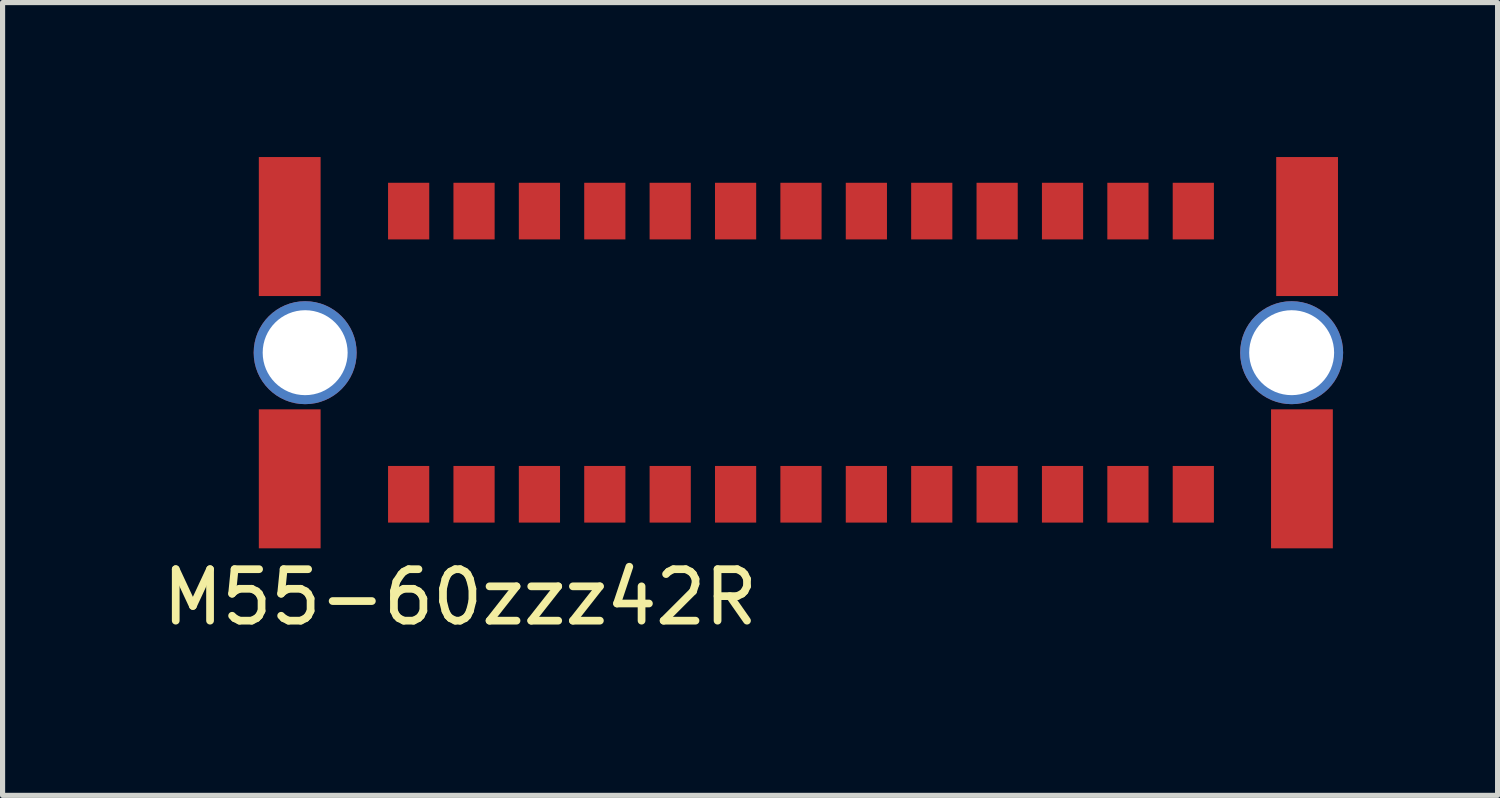
<source format=kicad_pcb>
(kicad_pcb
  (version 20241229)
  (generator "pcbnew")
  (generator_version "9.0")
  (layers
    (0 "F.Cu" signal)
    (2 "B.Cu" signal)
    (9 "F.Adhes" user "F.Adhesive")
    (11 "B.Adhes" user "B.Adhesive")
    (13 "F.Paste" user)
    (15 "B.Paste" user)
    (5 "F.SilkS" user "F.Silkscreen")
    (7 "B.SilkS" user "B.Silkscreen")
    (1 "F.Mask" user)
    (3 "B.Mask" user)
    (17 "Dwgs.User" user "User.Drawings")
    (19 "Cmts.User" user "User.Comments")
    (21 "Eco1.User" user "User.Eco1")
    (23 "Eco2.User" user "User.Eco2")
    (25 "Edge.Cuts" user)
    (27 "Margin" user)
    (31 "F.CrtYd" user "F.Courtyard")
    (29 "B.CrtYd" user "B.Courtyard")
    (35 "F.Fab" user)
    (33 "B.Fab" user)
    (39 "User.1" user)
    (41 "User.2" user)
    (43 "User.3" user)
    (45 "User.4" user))
  (footprint "M55-60zzz42R"
    (layer "F.Cu")
    (at 4.887 6.55)
    (property "Reference" "M55-60zzz42R" (at 1 2 0) (layer "F.SilkS") (effects (font (size 1 1) (thickness 0.15))))
    (attr through_hole)
    (pad "" smd rect (at -2.31 -5.2) (size 1.2 2.7) (layers "F.Cu" "F.Mask" "F.Paste"))
    (pad "" smd rect (at -2.31 -0.3) (size 1.2 2.7) (layers "F.Cu" "F.Mask" "F.Paste"))
    (pad "" np_thru_hole circle (at -2.01 -2.75) (size 2 2) (drill 1.65) (layers "*.Cu" "*.Mask"))
    (pad "" np_thru_hole circle (at 17.15 -2.75) (size 2 2) (drill 1.65) (layers "*.Cu" "*.Mask"))
    (pad "" smd rect (at 17.35 -0.3) (size 1.2 2.7) (layers "F.Cu" "F.Mask" "F.Paste"))
    (pad "" smd rect (at 17.45 -5.2) (size 1.2 2.7) (layers "F.Cu" "F.Mask" "F.Paste"))
    (pad "1" smd rect (at 0 0) (size 0.8 1.1) (layers "F.Cu" "F.Mask" "F.Paste"))
    (pad "2" smd rect (at 0 -5.5) (size 0.8 1.1) (layers "F.Cu" "F.Mask" "F.Paste"))
    (pad "3" smd rect (at 1.27 0) (size 0.8 1.1) (layers "F.Cu" "F.Mask" "F.Paste"))
    (pad "4" smd rect (at 1.27 -5.5) (size 0.8 1.1) (layers "F.Cu" "F.Mask" "F.Paste"))
    (pad "5" smd rect (at 2.54 0) (size 0.8 1.1) (layers "F.Cu" "F.Mask" "F.Paste"))
    (pad "6" smd rect (at 2.54 -5.5) (size 0.8 1.1) (layers "F.Cu" "F.Mask" "F.Paste"))
    (pad "7" smd rect (at 3.81 0) (size 0.8 1.1) (layers "F.Cu" "F.Mask" "F.Paste"))
    (pad "8" smd rect (at 3.81 -5.5) (size 0.8 1.1) (layers "F.Cu" "F.Mask" "F.Paste"))
    (pad "9" smd rect (at 5.08 0) (size 0.8 1.1) (layers "F.Cu" "F.Mask" "F.Paste"))
    (pad "10" smd rect (at 5.08 -5.5) (size 0.8 1.1) (layers "F.Cu" "F.Mask" "F.Paste"))
    (pad "11" smd rect (at 6.35 0) (size 0.8 1.1) (layers "F.Cu" "F.Mask" "F.Paste"))
    (pad "12" smd rect (at 6.35 -5.5) (size 0.8 1.1) (layers "F.Cu" "F.Mask" "F.Paste"))
    (pad "13" smd rect (at 7.62 0) (size 0.8 1.1) (layers "F.Cu" "F.Mask" "F.Paste"))
    (pad "14" smd rect (at 7.62 -5.5) (size 0.8 1.1) (layers "F.Cu" "F.Mask" "F.Paste"))
    (pad "15" smd rect (at 8.89 0) (size 0.8 1.1) (layers "F.Cu" "F.Mask" "F.Paste"))
    (pad "16" smd rect (at 8.89 -5.5) (size 0.8 1.1) (layers "F.Cu" "F.Mask" "F.Paste"))
    (pad "17" smd rect (at 10.16 0) (size 0.8 1.1) (layers "F.Cu" "F.Mask" "F.Paste"))
    (pad "18" smd rect (at 10.16 -5.5) (size 0.8 1.1) (layers "F.Cu" "F.Mask" "F.Paste"))
    (pad "19" smd rect (at 11.43 0) (size 0.8 1.1) (layers "F.Cu" "F.Mask" "F.Paste"))
    (pad "20" smd rect (at 11.43 -5.5) (size 0.8 1.1) (layers "F.Cu" "F.Mask" "F.Paste"))
    (pad "21" smd rect (at 12.7 0) (size 0.8 1.1) (layers "F.Cu" "F.Mask" "F.Paste"))
    (pad "22" smd rect (at 12.7 -5.5) (size 0.8 1.1) (layers "F.Cu" "F.Mask" "F.Paste"))
    (pad "23" smd rect (at 13.97 0) (size 0.8 1.1) (layers "F.Cu" "F.Mask" "F.Paste"))
    (pad "24" smd rect (at 13.97 -5.5) (size 0.8 1.1) (layers "F.Cu" "F.Mask" "F.Paste"))
    (pad "25" smd rect (at 15.24 0) (size 0.8 1.1) (layers "F.Cu" "F.Mask" "F.Paste"))
    (pad "26" smd rect (at 15.24 -5.5) (size 0.8 1.1) (layers "F.Cu" "F.Mask" "F.Paste")))
  (gr_rect
    (start -3 -3)
    (end 26.037 12.398)
    (stroke (width 0.1) (type default))
    (fill no)
    (layer "Edge.Cuts")))
</source>
